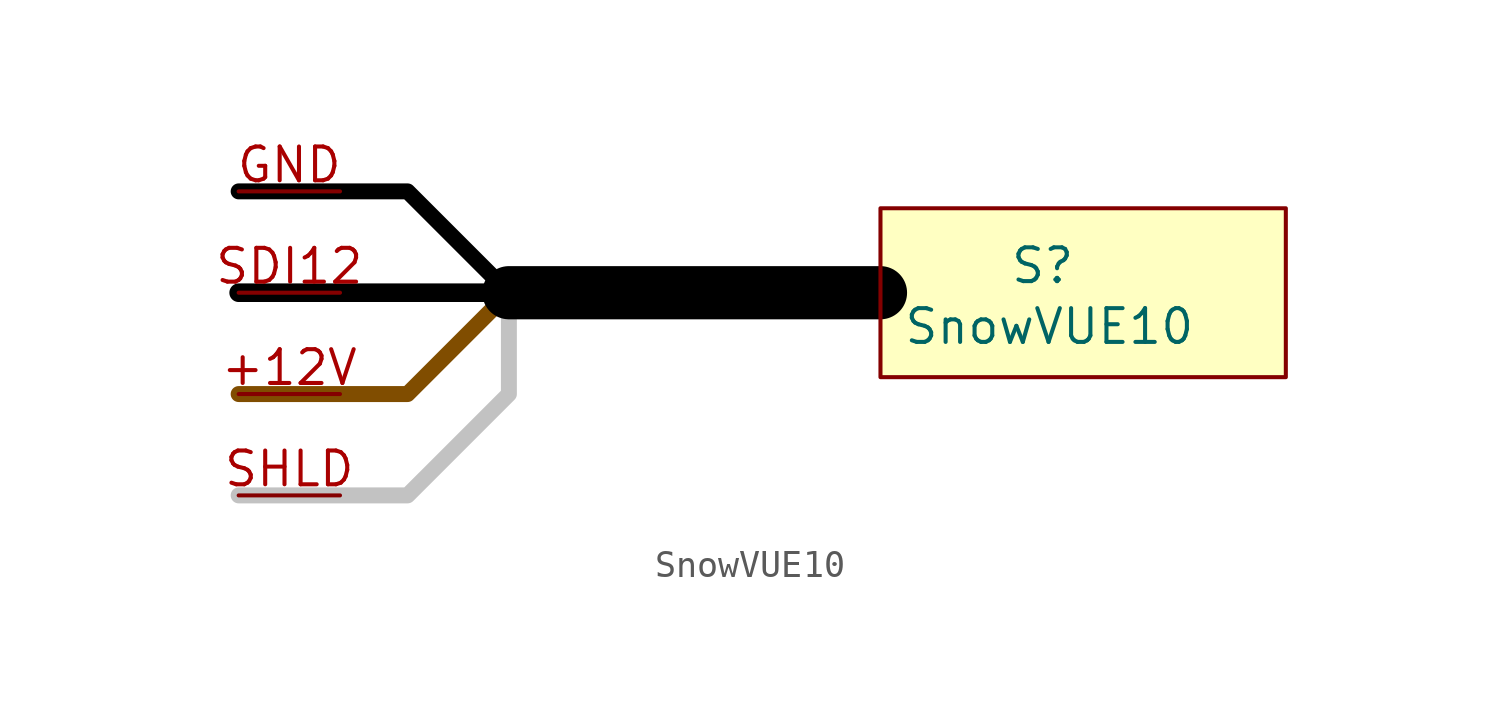
<source format=kicad_sym>
(kicad_symbol_lib
  (version 20231120)
  (generator "kicad_symbol_editor")
  (generator_version "8.0")
  (symbol "SnowVUE10"
    (property "Reference" "S"
      (at 6.096 1.016 0)
      (effects (font (size 1.27 1.27))))
    (property "Value" "SnowVUE10"
      (at 6.35 -1.27 0)
      (effects (font (size 1.27 1.27))))
    (symbol "SnowVUE10_0_1"
      (polyline (pts (xy 0 0) (xy -13.97 0)) (stroke (width 2) (type default) (color 0 0 0 1)) (fill (type none)))
      (polyline (pts (xy -24.13 -3.81) (xy -17.78 -3.81) (xy -13.97 0)) (stroke (width 0.6) (type default) (color 128 77 0 1)) (fill (type none)))
      (polyline (pts (xy -24.13 3.81) (xy -17.78 3.81) (xy -13.97 0)) (stroke (width 0.6) (type default) (color 0 0 0 1)) (fill (type none)))
      (polyline (pts (xy -13.97 0) (xy -13.97 -3.81) (xy -17.78 -7.62) (xy -24.13 -7.62)) (stroke (width 0.6) (type default) (color 194 194 194 1)) (fill (type none))))
    (symbol "SnowVUE10_1_1"
      (polyline (pts (xy -13.97 0) (xy -24.13 0)) (stroke (width 0.6) (type default) (color 255 255 255 1)) (fill (type none)))
      (polyline (pts (xy -13.97 0) (xy -24.13 0)) (stroke (width 0.7) (type default) (color 0 0 0 1)) (fill (type none)))
      (rectangle (start 0 3.175) (end 15.24 -3.175) (stroke (width 0) (type default)) (fill (type color) (color 255 255 194 1)))
      (pin power_out line (at -24.13 -3.81 0) (length 3.81) (name "" (effects (font (size 1.27 1.27)))) (number "+12V" (effects (font (size 1.27 1.27)))))
      (pin power_out line (at -24.13 3.81 0) (length 3.81) (name "" (effects (font (size 1.27 1.27)))) (number "GND" (effects (font (size 1.27 1.27)))))
      (pin power_out line (at -24.13 0 0) (length 3.81) (name "" (effects (font (size 1.27 1.27)))) (number "SDI12" (effects (font (size 1.27 1.27)))))
      (pin power_out line (at -24.13 -7.62 0) (length 3.81) (name "" (effects (font (size 1.27 1.27)))) (number "SHLD" (effects (font (size 1.27 1.27))))))))
</source>
